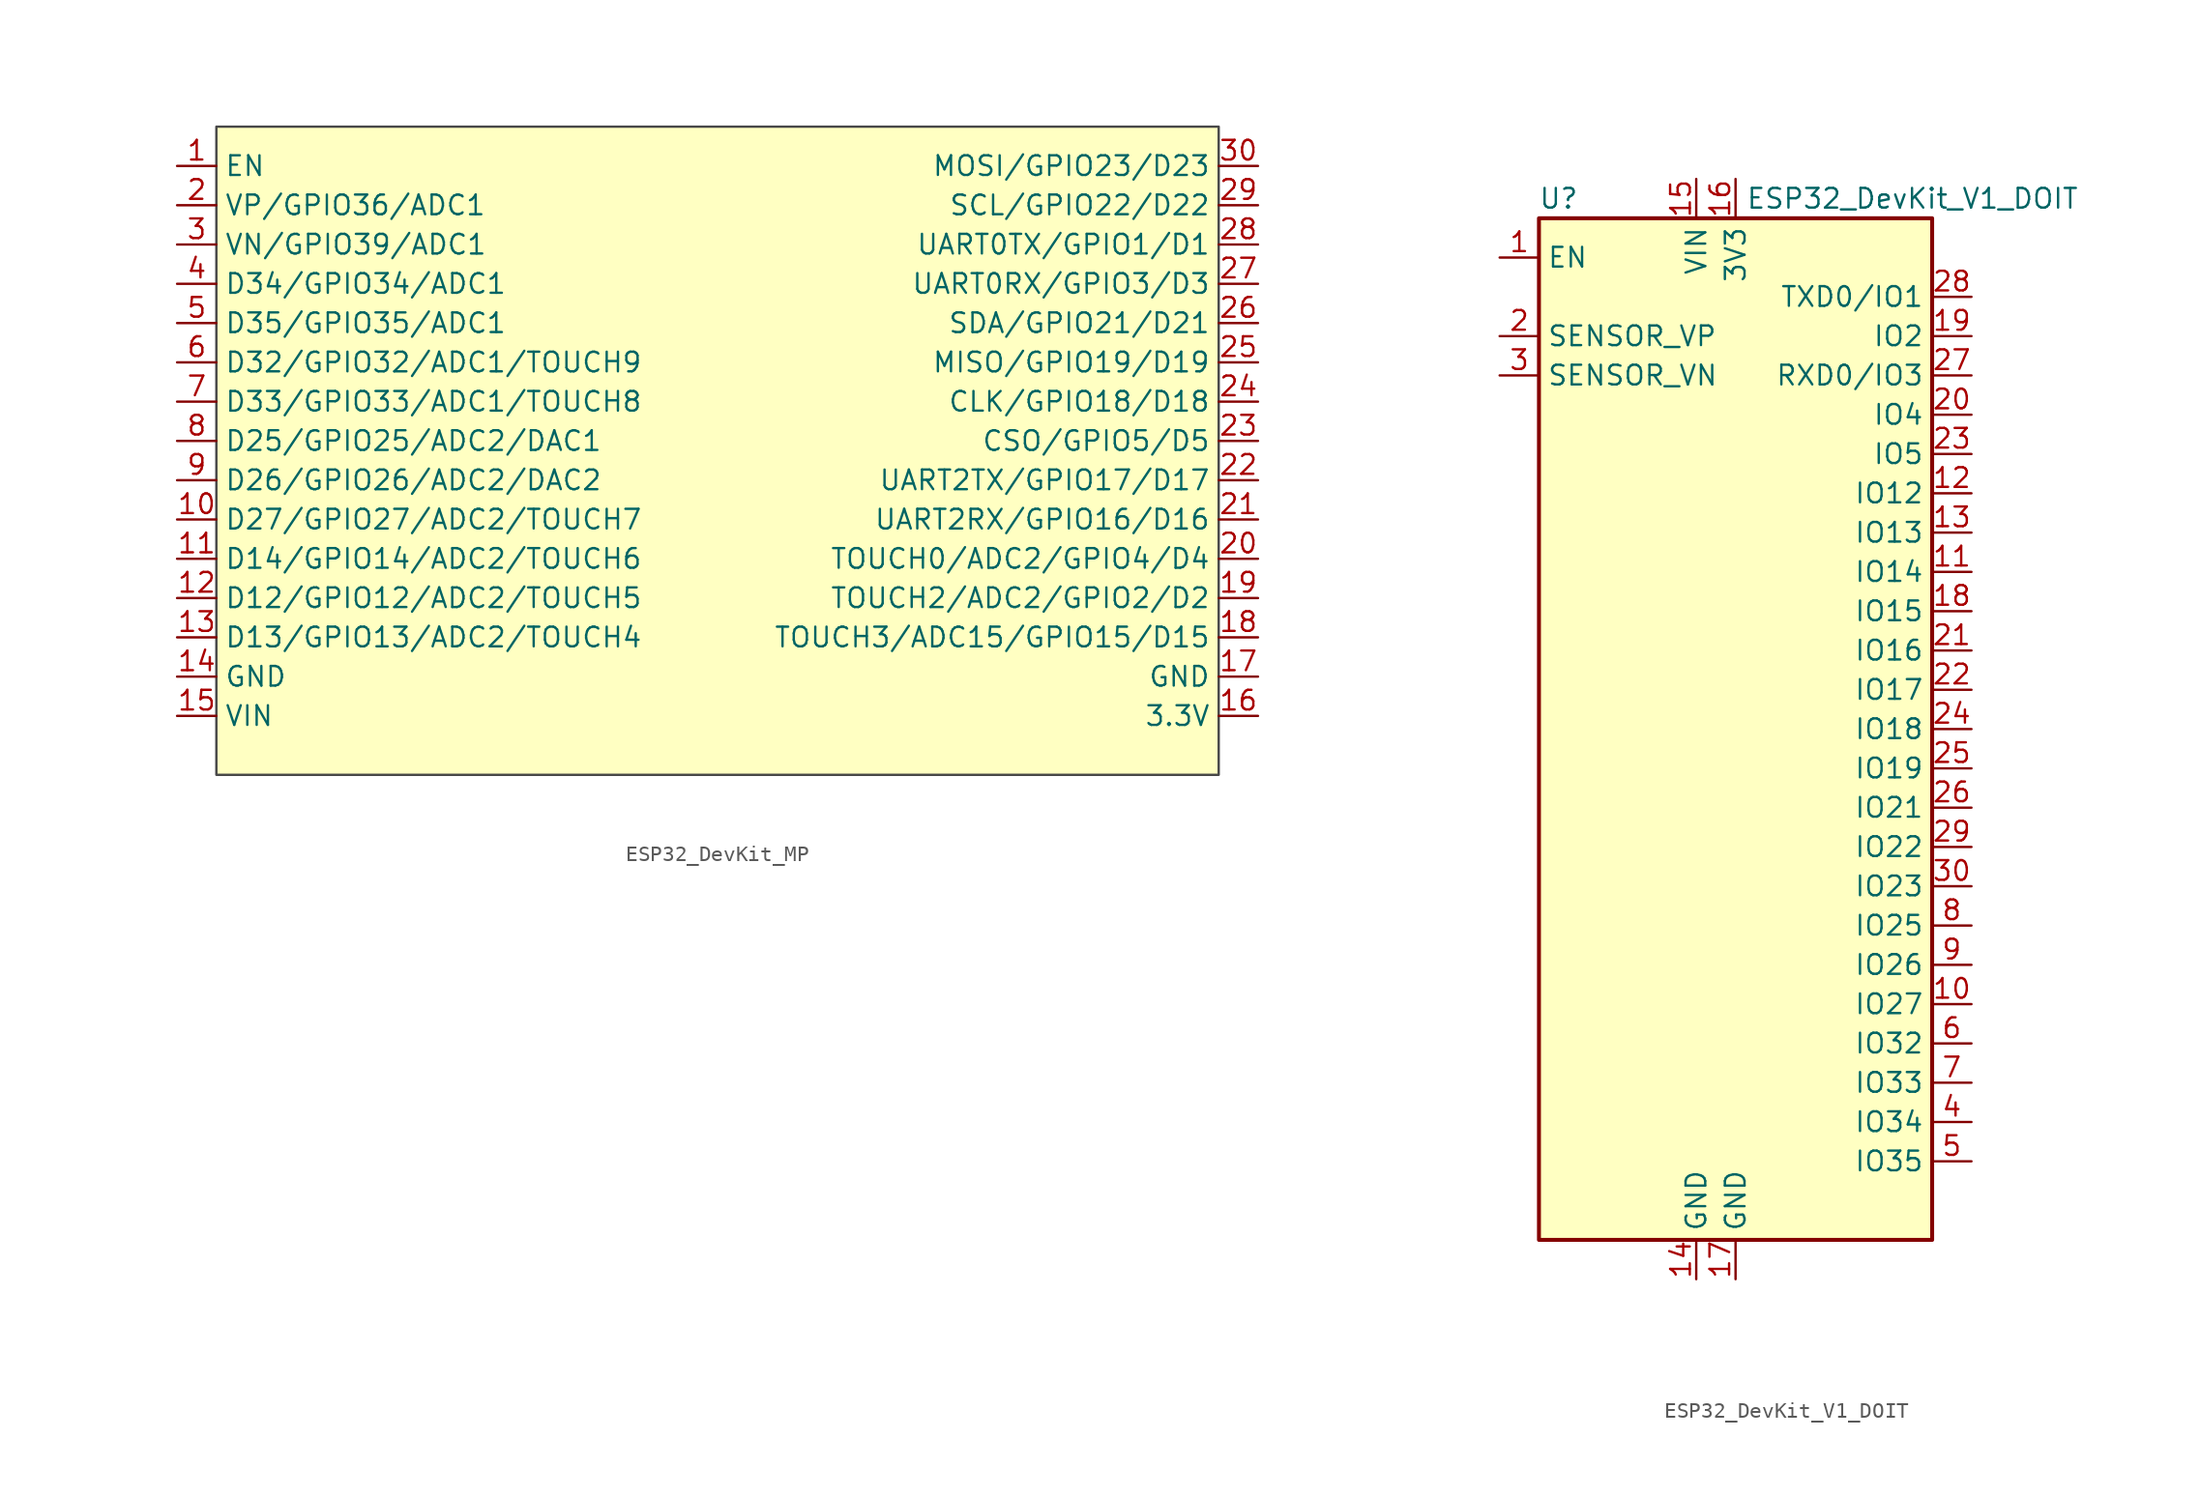
<source format=kicad_sym>
(kicad_symbol_lib
  (version 20241209)
  (generator "kicad_symbol_editor")
  (generator_version "9.0")
  (symbol "ESP32_DevKit_MP"
    (property "Reference" "U"
      (at -32.512 26.416 0)
      (effects (font (size 1.27 1.27)) (hide yes)))
    (symbol "ESP32_DevKit_MP_1_1"
      (rectangle (start -33.02 25.4) (end 31.75 -16.51) (stroke (width 0) (type solid) (color 72 72 72 1)) (fill (type background)))
      (pin input line (at -35.56 22.86 0) (length 2.54) (name "EN" (effects (font (size 1.27 1.27)))) (number "1" (effects (font (size 1.27 1.27)))))
      (pin input line (at -35.56 20.32 0) (length 2.54) (name "VP/GPIO36/ADC1" (effects (font (size 1.27 1.27)))) (number "2" (effects (font (size 1.27 1.27)))))
      (pin input line (at -35.56 17.78 0) (length 2.54) (name "VN/GPIO39/ADC1" (effects (font (size 1.27 1.27)))) (number "3" (effects (font (size 1.27 1.27)))))
      (pin input line (at -35.56 15.24 0) (length 2.54) (name "D34/GPIO34/ADC1" (effects (font (size 1.27 1.27)))) (number "4" (effects (font (size 1.27 1.27)))))
      (pin input line (at -35.56 12.7 0) (length 2.54) (name "D35/GPIO35/ADC1" (effects (font (size 1.27 1.27)))) (number "5" (effects (font (size 1.27 1.27)))))
      (pin input line (at -35.56 10.16 0) (length 2.54) (name "D32/GPIO32/ADC1/TOUCH9" (effects (font (size 1.27 1.27)))) (number "6" (effects (font (size 1.27 1.27)))))
      (pin input line (at -35.56 7.62 0) (length 2.54) (name "D33/GPIO33/ADC1/TOUCH8" (effects (font (size 1.27 1.27)))) (number "7" (effects (font (size 1.27 1.27)))))
      (pin input line (at -35.56 5.08 0) (length 2.54) (name "D25/GPIO25/ADC2/DAC1" (effects (font (size 1.27 1.27)))) (number "8" (effects (font (size 1.27 1.27)))))
      (pin input line (at -35.56 2.54 0) (length 2.54) (name "D26/GPIO26/ADC2/DAC2" (effects (font (size 1.27 1.27)))) (number "9" (effects (font (size 1.27 1.27)))))
      (pin input line (at -35.56 0 0) (length 2.54) (name "D27/GPIO27/ADC2/TOUCH7" (effects (font (size 1.27 1.27)))) (number "10" (effects (font (size 1.27 1.27)))))
      (pin input line (at -35.56 -2.54 0) (length 2.54) (name "D14/GPIO14/ADC2/TOUCH6" (effects (font (size 1.27 1.27)))) (number "11" (effects (font (size 1.27 1.27)))))
      (pin input line (at -35.56 -5.08 0) (length 2.54) (name "D12/GPIO12/ADC2/TOUCH5" (effects (font (size 1.27 1.27)))) (number "12" (effects (font (size 1.27 1.27)))))
      (pin input line (at -35.56 -7.62 0) (length 2.54) (name "D13/GPIO13/ADC2/TOUCH4" (effects (font (size 1.27 1.27)))) (number "13" (effects (font (size 1.27 1.27)))))
      (pin input line (at -35.56 -10.16 0) (length 2.54) (name "GND" (effects (font (size 1.27 1.27)))) (number "14" (effects (font (size 1.27 1.27)))))
      (pin input line (at -35.56 -12.7 0) (length 2.54) (name "VIN" (effects (font (size 1.27 1.27)))) (number "15" (effects (font (size 1.27 1.27)))))
      (pin input line (at 34.29 22.86 180) (length 2.54) (name "MOSI/GPIO23/D23" (effects (font (size 1.27 1.27)))) (number "30" (effects (font (size 1.27 1.27)))))
      (pin input line (at 34.29 20.32 180) (length 2.54) (name "SCL/GPIO22/D22" (effects (font (size 1.27 1.27)))) (number "29" (effects (font (size 1.27 1.27)))))
      (pin input line (at 34.29 17.78 180) (length 2.54) (name "UART0TX/GPIO1/D1" (effects (font (size 1.27 1.27)))) (number "28" (effects (font (size 1.27 1.27)))))
      (pin input line (at 34.29 15.24 180) (length 2.54) (name "UART0RX/GPIO3/D3" (effects (font (size 1.27 1.27)))) (number "27" (effects (font (size 1.27 1.27)))))
      (pin input line (at 34.29 12.7 180) (length 2.54) (name "SDA/GPIO21/D21" (effects (font (size 1.27 1.27)))) (number "26" (effects (font (size 1.27 1.27)))))
      (pin input line (at 34.29 10.16 180) (length 2.54) (name "MISO/GPIO19/D19" (effects (font (size 1.27 1.27)))) (number "25" (effects (font (size 1.27 1.27)))))
      (pin input line (at 34.29 7.62 180) (length 2.54) (name "CLK/GPIO18/D18" (effects (font (size 1.27 1.27)))) (number "24" (effects (font (size 1.27 1.27)))))
      (pin input line (at 34.29 5.08 180) (length 2.54) (name "CSO/GPIO5/D5" (effects (font (size 1.27 1.27)))) (number "23" (effects (font (size 1.27 1.27)))))
      (pin input line (at 34.29 2.54 180) (length 2.54) (name "UART2TX/GPIO17/D17" (effects (font (size 1.27 1.27)))) (number "22" (effects (font (size 1.27 1.27)))))
      (pin input line (at 34.29 0 180) (length 2.54) (name "UART2RX/GPIO16/D16" (effects (font (size 1.27 1.27)))) (number "21" (effects (font (size 1.27 1.27)))))
      (pin input line (at 34.29 -2.54 180) (length 2.54) (name "TOUCH0/ADC2/GPIO4/D4" (effects (font (size 1.27 1.27)))) (number "20" (effects (font (size 1.27 1.27)))))
      (pin input line (at 34.29 -5.08 180) (length 2.54) (name "TOUCH2/ADC2/GPIO2/D2" (effects (font (size 1.27 1.27)))) (number "19" (effects (font (size 1.27 1.27)))))
      (pin input line (at 34.29 -7.62 180) (length 2.54) (name "TOUCH3/ADC15/GPIO15/D15" (effects (font (size 1.27 1.27)))) (number "18" (effects (font (size 1.27 1.27)))))
      (pin input line (at 34.29 -10.16 180) (length 2.54) (name "GND" (effects (font (size 1.27 1.27)))) (number "17" (effects (font (size 1.27 1.27)))))
      (pin input line (at 34.29 -12.7 180) (length 2.54) (name "3.3V" (effects (font (size 1.27 1.27)))) (number "16" (effects (font (size 1.27 1.27)))))))
  (symbol "ESP32_DevKit_V1_DOIT"
    (property "Reference" "U"
      (at -11.43 34.29 0)
      (effects (font (size 1.27 1.27))))
    (property "Value" "ESP32_DevKit_V1_DOIT"
      (at 11.43 34.29 0)
      (effects (font (size 1.27 1.27))))
    (symbol "ESP32_DevKit_V1_DOIT_1_1"
      (rectangle (start -12.7 33.02) (end 12.7 -33.02) (stroke (width 0.254) (type default)) (fill (type background)))
      (pin input line (at -15.24 30.48 0) (length 2.54) (name "EN" (effects (font (size 1.27 1.27)))) (number "1" (effects (font (size 1.27 1.27)))))
      (pin input line (at -15.24 25.4 0) (length 2.54) (name "SENSOR_VP" (effects (font (size 1.27 1.27)))) (number "2" (effects (font (size 1.27 1.27)))))
      (pin input line (at -15.24 22.86 0) (length 2.54) (name "SENSOR_VN" (effects (font (size 1.27 1.27)))) (number "3" (effects (font (size 1.27 1.27)))))
      (pin power_in line (at -2.54 35.56 270) (length 2.54) (name "VIN" (effects (font (size 1.27 1.27)))) (number "15" (effects (font (size 1.27 1.27)))))
      (pin power_in line (at -2.54 -35.56 90) (length 2.54) (name "GND" (effects (font (size 1.27 1.27)))) (number "14" (effects (font (size 1.27 1.27)))))
      (pin power_in line (at 0 35.56 270) (length 2.54) (name "3V3" (effects (font (size 1.27 1.27)))) (number "16" (effects (font (size 1.27 1.27)))))
      (pin power_in line (at 0 -35.56 90) (length 2.54) (name "GND" (effects (font (size 1.27 1.27)))) (number "17" (effects (font (size 1.27 1.27)))))
      (pin bidirectional line (at 15.24 27.94 180) (length 2.54) (name "TXD0/IO1" (effects (font (size 1.27 1.27)))) (number "28" (effects (font (size 1.27 1.27)))))
      (pin bidirectional line (at 15.24 25.4 180) (length 2.54) (name "IO2" (effects (font (size 1.27 1.27)))) (number "19" (effects (font (size 1.27 1.27)))))
      (pin bidirectional line (at 15.24 22.86 180) (length 2.54) (name "RXD0/IO3" (effects (font (size 1.27 1.27)))) (number "27" (effects (font (size 1.27 1.27)))))
      (pin bidirectional line (at 15.24 20.32 180) (length 2.54) (name "IO4" (effects (font (size 1.27 1.27)))) (number "20" (effects (font (size 1.27 1.27)))))
      (pin bidirectional line (at 15.24 17.78 180) (length 2.54) (name "IO5" (effects (font (size 1.27 1.27)))) (number "23" (effects (font (size 1.27 1.27)))))
      (pin bidirectional line (at 15.24 15.24 180) (length 2.54) (name "IO12" (effects (font (size 1.27 1.27)))) (number "12" (effects (font (size 1.27 1.27)))))
      (pin bidirectional line (at 15.24 12.7 180) (length 2.54) (name "IO13" (effects (font (size 1.27 1.27)))) (number "13" (effects (font (size 1.27 1.27)))))
      (pin bidirectional line (at 15.24 10.16 180) (length 2.54) (name "IO14" (effects (font (size 1.27 1.27)))) (number "11" (effects (font (size 1.27 1.27)))))
      (pin bidirectional line (at 15.24 7.62 180) (length 2.54) (name "IO15" (effects (font (size 1.27 1.27)))) (number "18" (effects (font (size 1.27 1.27)))))
      (pin bidirectional line (at 15.24 5.08 180) (length 2.54) (name "IO16" (effects (font (size 1.27 1.27)))) (number "21" (effects (font (size 1.27 1.27)))))
      (pin bidirectional line (at 15.24 2.54 180) (length 2.54) (name "IO17" (effects (font (size 1.27 1.27)))) (number "22" (effects (font (size 1.27 1.27)))))
      (pin bidirectional line (at 15.24 0 180) (length 2.54) (name "IO18" (effects (font (size 1.27 1.27)))) (number "24" (effects (font (size 1.27 1.27)))))
      (pin bidirectional line (at 15.24 -2.54 180) (length 2.54) (name "IO19" (effects (font (size 1.27 1.27)))) (number "25" (effects (font (size 1.27 1.27)))))
      (pin bidirectional line (at 15.24 -5.08 180) (length 2.54) (name "IO21" (effects (font (size 1.27 1.27)))) (number "26" (effects (font (size 1.27 1.27)))))
      (pin bidirectional line (at 15.24 -7.62 180) (length 2.54) (name "IO22" (effects (font (size 1.27 1.27)))) (number "29" (effects (font (size 1.27 1.27)))))
      (pin bidirectional line (at 15.24 -10.16 180) (length 2.54) (name "IO23" (effects (font (size 1.27 1.27)))) (number "30" (effects (font (size 1.27 1.27)))))
      (pin bidirectional line (at 15.24 -12.7 180) (length 2.54) (name "IO25" (effects (font (size 1.27 1.27)))) (number "8" (effects (font (size 1.27 1.27)))))
      (pin bidirectional line (at 15.24 -15.24 180) (length 2.54) (name "IO26" (effects (font (size 1.27 1.27)))) (number "9" (effects (font (size 1.27 1.27)))))
      (pin bidirectional line (at 15.24 -17.78 180) (length 2.54) (name "IO27" (effects (font (size 1.27 1.27)))) (number "10" (effects (font (size 1.27 1.27)))))
      (pin bidirectional line (at 15.24 -20.32 180) (length 2.54) (name "IO32" (effects (font (size 1.27 1.27)))) (number "6" (effects (font (size 1.27 1.27)))))
      (pin bidirectional line (at 15.24 -22.86 180) (length 2.54) (name "IO33" (effects (font (size 1.27 1.27)))) (number "7" (effects (font (size 1.27 1.27)))))
      (pin input line (at 15.24 -25.4 180) (length 2.54) (name "IO34" (effects (font (size 1.27 1.27)))) (number "4" (effects (font (size 1.27 1.27)))))
      (pin input line (at 15.24 -27.94 180) (length 2.54) (name "IO35" (effects (font (size 1.27 1.27)))) (number "5" (effects (font (size 1.27 1.27))))))))
</source>
